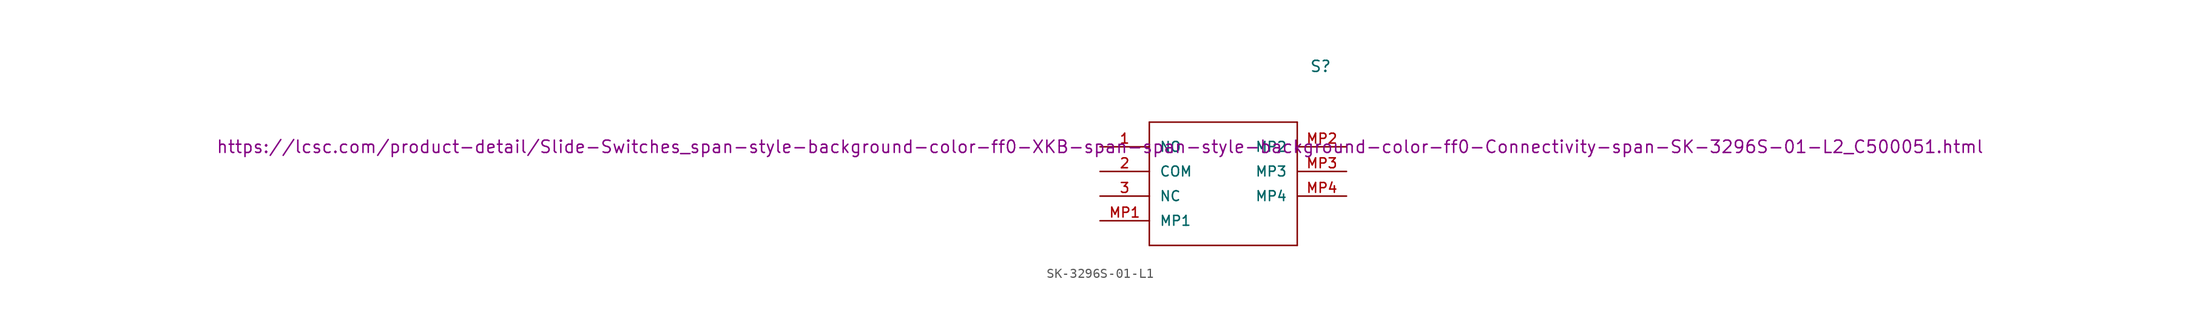
<source format=kicad_sym>
(kicad_symbol_lib
  (version 20231120)
  (generator "kicad_symbol_editor")
  (generator_version "8.0")
  (symbol "SK-3296S-01-L1"
    (pin_names
      (offset 1.016))
    (property "Reference" "S"
      (at 21.59 7.62 0)
      (effects (font (size 1.143 1.143)) (justify left bottom)))
    (property "Link" "https://lcsc.com/product-detail/Slide-Switches_span-style-background-color-ff0-XKB-span-span-style-background-color-ff0-Connectivity-span-SK-3296S-01-L2_C500051.html"
      (at 0 0 0)
      (effects (font (size 1.27 1.27))))
    (symbol "SK-3296S-01-L1_1_0"
      (polyline (pts (xy 5.08 2.54) (xy 5.08 -10.16)) (stroke (width 0) (type default)) (fill (type none)))
      (polyline (pts (xy 5.08 2.54) (xy 20.32 2.54)) (stroke (width 0) (type default)) (fill (type none)))
      (polyline (pts (xy 20.32 -10.16) (xy 5.08 -10.16)) (stroke (width 0) (type default)) (fill (type none)))
      (polyline (pts (xy 20.32 -10.16) (xy 20.32 2.54)) (stroke (width 0) (type default)) (fill (type none))))
    (symbol "SK-3296S-01-L1_1_1"
      (pin bidirectional line (at 0 0 0) (length 5.08) (name "NO" (effects (font (size 1.016 1.016)))) (number "1" (effects (font (size 1.016 1.016)))))
      (pin bidirectional line (at 0 -2.54 0) (length 5.08) (name "COM" (effects (font (size 1.016 1.016)))) (number "2" (effects (font (size 1.016 1.016)))))
      (pin unspecified line (at 0 -5.08 0) (length 5.08) (name "NC" (effects (font (size 1.016 1.016)))) (number "3" (effects (font (size 1.016 1.016)))))
      (pin bidirectional line (at 0 -7.62 0) (length 5.08) (name "MP1" (effects (font (size 1.016 1.016)))) (number "MP1" (effects (font (size 1.016 1.016)))))
      (pin bidirectional line (at 25.4 0 180) (length 5.08) (name "MP2" (effects (font (size 1.016 1.016)))) (number "MP2" (effects (font (size 1.016 1.016)))))
      (pin bidirectional line (at 25.4 -2.54 180) (length 5.08) (name "MP3" (effects (font (size 1.016 1.016)))) (number "MP3" (effects (font (size 1.016 1.016)))))
      (pin bidirectional line (at 25.4 -5.08 180) (length 5.08) (name "MP4" (effects (font (size 1.016 1.016)))) (number "MP4" (effects (font (size 1.016 1.016))))))))
</source>
